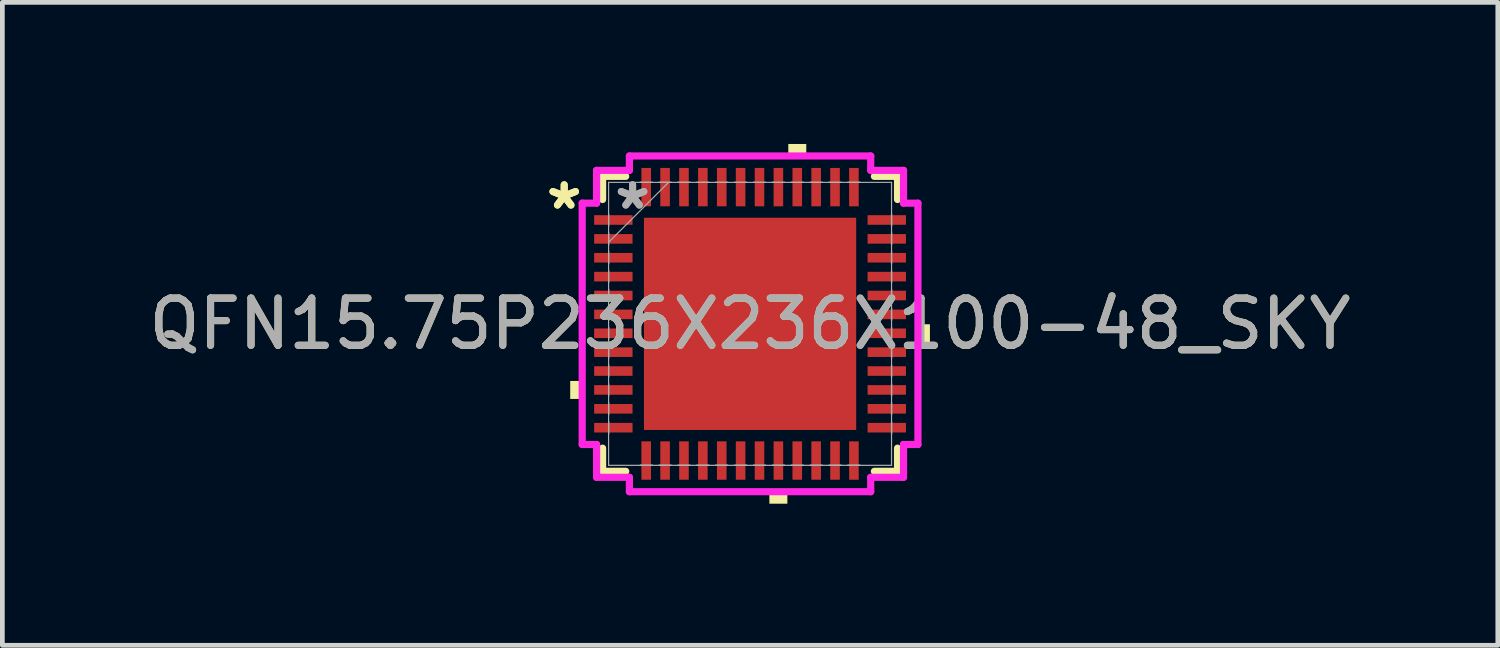
<source format=kicad_pcb>
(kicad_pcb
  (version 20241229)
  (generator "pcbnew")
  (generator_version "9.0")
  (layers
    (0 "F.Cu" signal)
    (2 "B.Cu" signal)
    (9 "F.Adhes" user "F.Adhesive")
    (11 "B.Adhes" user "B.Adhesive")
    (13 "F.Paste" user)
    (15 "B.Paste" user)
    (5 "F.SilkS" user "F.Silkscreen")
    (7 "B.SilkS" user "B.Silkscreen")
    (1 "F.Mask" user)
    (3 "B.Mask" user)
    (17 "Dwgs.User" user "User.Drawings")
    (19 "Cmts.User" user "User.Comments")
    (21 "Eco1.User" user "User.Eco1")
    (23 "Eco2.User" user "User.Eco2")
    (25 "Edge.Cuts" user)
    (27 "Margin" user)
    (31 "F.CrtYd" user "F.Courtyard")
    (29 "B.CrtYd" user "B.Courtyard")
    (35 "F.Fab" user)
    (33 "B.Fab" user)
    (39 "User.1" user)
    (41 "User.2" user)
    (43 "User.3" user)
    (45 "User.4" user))
  (footprint "QFN15.75P236X236X100-48_SKY"
    (layer "F.Cu")
    (at 12.839 3.81)
    (property "Reference" "QFN15.75P236X236X100-48_SKY" (at 0 0 0) (unlocked yes) (layer "F.SilkS") (effects (font (size 1 1) (thickness 0.15))))
    (attr smd)
    (fp_line (start -3.124 -3.124) (end -3.124 -2.634) (stroke (width 0.152) (type solid)) (layer "F.SilkS"))
    (fp_line (start -3.124 2.634) (end -3.124 3.124) (stroke (width 0.152) (type solid)) (layer "F.SilkS"))
    (fp_line (start -3.124 3.124) (end -2.634 3.124) (stroke (width 0.152) (type solid)) (layer "F.SilkS"))
    (fp_line (start -2.634 -3.124) (end -3.124 -3.124) (stroke (width 0.152) (type solid)) (layer "F.SilkS"))
    (fp_line (start 2.634 3.124) (end 3.124 3.124) (stroke (width 0.152) (type solid)) (layer "F.SilkS"))
    (fp_line (start 3.124 -3.124) (end 2.634 -3.124) (stroke (width 0.152) (type solid)) (layer "F.SilkS"))
    (fp_line (start 3.124 -2.634) (end 3.124 -3.124) (stroke (width 0.152) (type solid)) (layer "F.SilkS"))
    (fp_line (start 3.124 3.124) (end 3.124 2.634) (stroke (width 0.152) (type solid)) (layer "F.SilkS"))
    (fp_poly (pts (xy -3.81 1.21) (xy -3.81 1.591) (xy -3.556 1.591) (xy -3.556 1.21)) (stroke (width 0) (type solid)) (fill yes) (layer "F.SilkS"))
    (fp_poly (pts (xy 0.409 3.556) (xy 0.409 3.81) (xy 0.79 3.81) (xy 0.79 3.556)) (stroke (width 0) (type solid)) (fill yes) (layer "F.SilkS"))
    (fp_poly (pts (xy 0.81 -3.556) (xy 0.81 -3.81) (xy 1.191 -3.81) (xy 1.191 -3.556)) (stroke (width 0) (type solid)) (fill yes) (layer "F.SilkS"))
    (fp_poly (pts (xy 3.81 0.009) (xy 3.81 0.391) (xy 3.556 0.391) (xy 3.556 0.009)) (stroke (width 0) (type solid)) (fill yes) (layer "F.SilkS"))
    (fp_poly (pts (xy -2.148 -2.148) (xy -2.148 -0.849) (xy -0.849 -0.849) (xy -0.849 -2.148)) (stroke (width 0) (type solid)) (fill yes) (layer "F.Paste"))
    (fp_poly (pts (xy -2.148 -0.649) (xy -2.148 0.649) (xy -0.849 0.649) (xy -0.849 -0.649)) (stroke (width 0) (type solid)) (fill yes) (layer "F.Paste"))
    (fp_poly (pts (xy -2.148 0.849) (xy -2.148 2.148) (xy -0.849 2.148) (xy -0.849 0.849)) (stroke (width 0) (type solid)) (fill yes) (layer "F.Paste"))
    (fp_poly (pts (xy -0.649 -2.148) (xy -0.649 -0.849) (xy 0.649 -0.849) (xy 0.649 -2.148)) (stroke (width 0) (type solid)) (fill yes) (layer "F.Paste"))
    (fp_poly (pts (xy -0.649 -0.649) (xy -0.649 0.649) (xy 0.649 0.649) (xy 0.649 -0.649)) (stroke (width 0) (type solid)) (fill yes) (layer "F.Paste"))
    (fp_poly (pts (xy -0.649 0.849) (xy -0.649 2.148) (xy 0.649 2.148) (xy 0.649 0.849)) (stroke (width 0) (type solid)) (fill yes) (layer "F.Paste"))
    (fp_poly (pts (xy 0.849 -2.148) (xy 0.849 -0.849) (xy 2.148 -0.849) (xy 2.148 -2.148)) (stroke (width 0) (type solid)) (fill yes) (layer "F.Paste"))
    (fp_poly (pts (xy 0.849 -0.649) (xy 0.849 0.649) (xy 2.148 0.649) (xy 2.148 -0.649)) (stroke (width 0) (type solid)) (fill yes) (layer "F.Paste"))
    (fp_poly (pts (xy 0.849 0.849) (xy 0.849 2.148) (xy 2.148 2.148) (xy 2.148 0.849)) (stroke (width 0) (type solid)) (fill yes) (layer "F.Paste"))
    (fp_line (start -3.556 -2.556) (end -3.251 -2.556) (stroke (width 0.152) (type solid)) (layer "F.CrtYd"))
    (fp_line (start -3.556 2.556) (end -3.556 -2.556) (stroke (width 0.152) (type solid)) (layer "F.CrtYd"))
    (fp_line (start -3.251 -3.251) (end -2.556 -3.251) (stroke (width 0.152) (type solid)) (layer "F.CrtYd"))
    (fp_line (start -3.251 -2.556) (end -3.251 -3.251) (stroke (width 0.152) (type solid)) (layer "F.CrtYd"))
    (fp_line (start -3.251 2.556) (end -3.556 2.556) (stroke (width 0.152) (type solid)) (layer "F.CrtYd"))
    (fp_line (start -3.251 3.251) (end -3.251 2.556) (stroke (width 0.152) (type solid)) (layer "F.CrtYd"))
    (fp_line (start -2.556 -3.556) (end 2.556 -3.556) (stroke (width 0.152) (type solid)) (layer "F.CrtYd"))
    (fp_line (start -2.556 -3.251) (end -2.556 -3.556) (stroke (width 0.152) (type solid)) (layer "F.CrtYd"))
    (fp_line (start -2.556 3.251) (end -3.251 3.251) (stroke (width 0.152) (type solid)) (layer "F.CrtYd"))
    (fp_line (start -2.556 3.556) (end -2.556 3.251) (stroke (width 0.152) (type solid)) (layer "F.CrtYd"))
    (fp_line (start 2.556 -3.556) (end 2.556 -3.251) (stroke (width 0.152) (type solid)) (layer "F.CrtYd"))
    (fp_line (start 2.556 -3.251) (end 3.251 -3.251) (stroke (width 0.152) (type solid)) (layer "F.CrtYd"))
    (fp_line (start 2.556 3.251) (end 2.556 3.556) (stroke (width 0.152) (type solid)) (layer "F.CrtYd"))
    (fp_line (start 2.556 3.556) (end -2.556 3.556) (stroke (width 0.152) (type solid)) (layer "F.CrtYd"))
    (fp_line (start 3.251 -3.251) (end 3.251 -2.556) (stroke (width 0.152) (type solid)) (layer "F.CrtYd"))
    (fp_line (start 3.251 -2.556) (end 3.556 -2.556) (stroke (width 0.152) (type solid)) (layer "F.CrtYd"))
    (fp_line (start 3.251 2.556) (end 3.251 3.251) (stroke (width 0.152) (type solid)) (layer "F.CrtYd"))
    (fp_line (start 3.251 3.251) (end 2.556 3.251) (stroke (width 0.152) (type solid)) (layer "F.CrtYd"))
    (fp_line (start 3.556 -2.556) (end 3.556 2.556) (stroke (width 0.152) (type solid)) (layer "F.CrtYd"))
    (fp_line (start 3.556 2.556) (end 3.251 2.556) (stroke (width 0.152) (type solid)) (layer "F.CrtYd"))
    (fp_line (start -2.997 -2.997) (end -2.997 -2.997) (stroke (width 0.025) (type solid)) (layer "F.Fab"))
    (fp_line (start -2.997 -2.997) (end -2.997 2.997) (stroke (width 0.025) (type solid)) (layer "F.Fab"))
    (fp_line (start -2.997 -2.327) (end -2.997 -2.327) (stroke (width 0.025) (type solid)) (layer "F.Fab"))
    (fp_line (start -2.997 -2.327) (end -2.997 -2.073) (stroke (width 0.025) (type solid)) (layer "F.Fab"))
    (fp_line (start -2.997 -2.073) (end -2.997 -2.327) (stroke (width 0.025) (type solid)) (layer "F.Fab"))
    (fp_line (start -2.997 -2.073) (end -2.997 -2.073) (stroke (width 0.025) (type solid)) (layer "F.Fab"))
    (fp_line (start -2.997 -1.927) (end -2.997 -1.927) (stroke (width 0.025) (type solid)) (layer "F.Fab"))
    (fp_line (start -2.997 -1.927) (end -2.997 -1.673) (stroke (width 0.025) (type solid)) (layer "F.Fab"))
    (fp_line (start -2.997 -1.727) (end -1.727 -2.997) (stroke (width 0.025) (type solid)) (layer "F.Fab"))
    (fp_line (start -2.997 -1.673) (end -2.997 -1.927) (stroke (width 0.025) (type solid)) (layer "F.Fab"))
    (fp_line (start -2.997 -1.673) (end -2.997 -1.673) (stroke (width 0.025) (type solid)) (layer "F.Fab"))
    (fp_line (start -2.997 -1.527) (end -2.997 -1.527) (stroke (width 0.025) (type solid)) (layer "F.Fab"))
    (fp_line (start -2.997 -1.527) (end -2.997 -1.273) (stroke (width 0.025) (type solid)) (layer "F.Fab"))
    (fp_line (start -2.997 -1.273) (end -2.997 -1.527) (stroke (width 0.025) (type solid)) (layer "F.Fab"))
    (fp_line (start -2.997 -1.273) (end -2.997 -1.273) (stroke (width 0.025) (type solid)) (layer "F.Fab"))
    (fp_line (start -2.997 -1.127) (end -2.997 -1.127) (stroke (width 0.025) (type solid)) (layer "F.Fab"))
    (fp_line (start -2.997 -1.127) (end -2.997 -0.873) (stroke (width 0.025) (type solid)) (layer "F.Fab"))
    (fp_line (start -2.997 -0.873) (end -2.997 -1.127) (stroke (width 0.025) (type solid)) (layer "F.Fab"))
    (fp_line (start -2.997 -0.873) (end -2.997 -0.873) (stroke (width 0.025) (type solid)) (layer "F.Fab"))
    (fp_line (start -2.997 -0.727) (end -2.997 -0.727) (stroke (width 0.025) (type solid)) (layer "F.Fab"))
    (fp_line (start -2.997 -0.727) (end -2.997 -0.473) (stroke (width 0.025) (type solid)) (layer "F.Fab"))
    (fp_line (start -2.997 -0.473) (end -2.997 -0.727) (stroke (width 0.025) (type solid)) (layer "F.Fab"))
    (fp_line (start -2.997 -0.473) (end -2.997 -0.473) (stroke (width 0.025) (type solid)) (layer "F.Fab"))
    (fp_line (start -2.997 -0.327) (end -2.997 -0.327) (stroke (width 0.025) (type solid)) (layer "F.Fab"))
    (fp_line (start -2.997 -0.327) (end -2.997 -0.073) (stroke (width 0.025) (type solid)) (layer "F.Fab"))
    (fp_line (start -2.997 -0.073) (end -2.997 -0.327) (stroke (width 0.025) (type solid)) (layer "F.Fab"))
    (fp_line (start -2.997 -0.073) (end -2.997 -0.073) (stroke (width 0.025) (type solid)) (layer "F.Fab"))
    (fp_line (start -2.997 0.073) (end -2.997 0.073) (stroke (width 0.025) (type solid)) (layer "F.Fab"))
    (fp_line (start -2.997 0.073) (end -2.997 0.327) (stroke (width 0.025) (type solid)) (layer "F.Fab"))
    (fp_line (start -2.997 0.327) (end -2.997 0.073) (stroke (width 0.025) (type solid)) (layer "F.Fab"))
    (fp_line (start -2.997 0.327) (end -2.997 0.327) (stroke (width 0.025) (type solid)) (layer "F.Fab"))
    (fp_line (start -2.997 0.473) (end -2.997 0.473) (stroke (width 0.025) (type solid)) (layer "F.Fab"))
    (fp_line (start -2.997 0.473) (end -2.997 0.727) (stroke (width 0.025) (type solid)) (layer "F.Fab"))
    (fp_line (start -2.997 0.727) (end -2.997 0.473) (stroke (width 0.025) (type solid)) (layer "F.Fab"))
    (fp_line (start -2.997 0.727) (end -2.997 0.727) (stroke (width 0.025) (type solid)) (layer "F.Fab"))
    (fp_line (start -2.997 0.873) (end -2.997 0.873) (stroke (width 0.025) (type solid)) (layer "F.Fab"))
    (fp_line (start -2.997 0.873) (end -2.997 1.127) (stroke (width 0.025) (type solid)) (layer "F.Fab"))
    (fp_line (start -2.997 1.127) (end -2.997 0.873) (stroke (width 0.025) (type solid)) (layer "F.Fab"))
    (fp_line (start -2.997 1.127) (end -2.997 1.127) (stroke (width 0.025) (type solid)) (layer "F.Fab"))
    (fp_line (start -2.997 1.273) (end -2.997 1.273) (stroke (width 0.025) (type solid)) (layer "F.Fab"))
    (fp_line (start -2.997 1.273) (end -2.997 1.527) (stroke (width 0.025) (type solid)) (layer "F.Fab"))
    (fp_line (start -2.997 1.527) (end -2.997 1.273) (stroke (width 0.025) (type solid)) (layer "F.Fab"))
    (fp_line (start -2.997 1.527) (end -2.997 1.527) (stroke (width 0.025) (type solid)) (layer "F.Fab"))
    (fp_line (start -2.997 1.673) (end -2.997 1.673) (stroke (width 0.025) (type solid)) (layer "F.Fab"))
    (fp_line (start -2.997 1.673) (end -2.997 1.927) (stroke (width 0.025) (type solid)) (layer "F.Fab"))
    (fp_line (start -2.997 1.927) (end -2.997 1.673) (stroke (width 0.025) (type solid)) (layer "F.Fab"))
    (fp_line (start -2.997 1.927) (end -2.997 1.927) (stroke (width 0.025) (type solid)) (layer "F.Fab"))
    (fp_line (start -2.997 2.073) (end -2.997 2.073) (stroke (width 0.025) (type solid)) (layer "F.Fab"))
    (fp_line (start -2.997 2.073) (end -2.997 2.327) (stroke (width 0.025) (type solid)) (layer "F.Fab"))
    (fp_line (start -2.997 2.327) (end -2.997 2.073) (stroke (width 0.025) (type solid)) (layer "F.Fab"))
    (fp_line (start -2.997 2.327) (end -2.997 2.327) (stroke (width 0.025) (type solid)) (layer "F.Fab"))
    (fp_line (start -2.997 2.997) (end -2.997 2.997) (stroke (width 0.025) (type solid)) (layer "F.Fab"))
    (fp_line (start -2.997 2.997) (end 2.997 2.997) (stroke (width 0.025) (type solid)) (layer "F.Fab"))
    (fp_line (start -2.327 -2.997) (end -2.327 -2.997) (stroke (width 0.025) (type solid)) (layer "F.Fab"))
    (fp_line (start -2.327 -2.997) (end -2.073 -2.997) (stroke (width 0.025) (type solid)) (layer "F.Fab"))
    (fp_line (start -2.327 2.997) (end -2.327 2.997) (stroke (width 0.025) (type solid)) (layer "F.Fab"))
    (fp_line (start -2.327 2.997) (end -2.073 2.997) (stroke (width 0.025) (type solid)) (layer "F.Fab"))
    (fp_line (start -2.073 -2.997) (end -2.327 -2.997) (stroke (width 0.025) (type solid)) (layer "F.Fab"))
    (fp_line (start -2.073 -2.997) (end -2.073 -2.997) (stroke (width 0.025) (type solid)) (layer "F.Fab"))
    (fp_line (start -2.073 2.997) (end -2.327 2.997) (stroke (width 0.025) (type solid)) (layer "F.Fab"))
    (fp_line (start -2.073 2.997) (end -2.073 2.997) (stroke (width 0.025) (type solid)) (layer "F.Fab"))
    (fp_line (start -1.927 -2.997) (end -1.927 -2.997) (stroke (width 0.025) (type solid)) (layer "F.Fab"))
    (fp_line (start -1.927 -2.997) (end -1.673 -2.997) (stroke (width 0.025) (type solid)) (layer "F.Fab"))
    (fp_line (start -1.927 2.997) (end -1.927 2.997) (stroke (width 0.025) (type solid)) (layer "F.Fab"))
    (fp_line (start -1.927 2.997) (end -1.673 2.997) (stroke (width 0.025) (type solid)) (layer "F.Fab"))
    (fp_line (start -1.673 -2.997) (end -1.927 -2.997) (stroke (width 0.025) (type solid)) (layer "F.Fab"))
    (fp_line (start -1.673 -2.997) (end -1.673 -2.997) (stroke (width 0.025) (type solid)) (layer "F.Fab"))
    (fp_line (start -1.673 2.997) (end -1.927 2.997) (stroke (width 0.025) (type solid)) (layer "F.Fab"))
    (fp_line (start -1.673 2.997) (end -1.673 2.997) (stroke (width 0.025) (type solid)) (layer "F.Fab"))
    (fp_line (start -1.527 -2.997) (end -1.527 -2.997) (stroke (width 0.025) (type solid)) (layer "F.Fab"))
    (fp_line (start -1.527 -2.997) (end -1.273 -2.997) (stroke (width 0.025) (type solid)) (layer "F.Fab"))
    (fp_line (start -1.527 2.997) (end -1.527 2.997) (stroke (width 0.025) (type solid)) (layer "F.Fab"))
    (fp_line (start -1.527 2.997) (end -1.273 2.997) (stroke (width 0.025) (type solid)) (layer "F.Fab"))
    (fp_line (start -1.273 -2.997) (end -1.527 -2.997) (stroke (width 0.025) (type solid)) (layer "F.Fab"))
    (fp_line (start -1.273 -2.997) (end -1.273 -2.997) (stroke (width 0.025) (type solid)) (layer "F.Fab"))
    (fp_line (start -1.273 2.997) (end -1.527 2.997) (stroke (width 0.025) (type solid)) (layer "F.Fab"))
    (fp_line (start -1.273 2.997) (end -1.273 2.997) (stroke (width 0.025) (type solid)) (layer "F.Fab"))
    (fp_line (start -1.127 -2.997) (end -1.127 -2.997) (stroke (width 0.025) (type solid)) (layer "F.Fab"))
    (fp_line (start -1.127 -2.997) (end -0.873 -2.997) (stroke (width 0.025) (type solid)) (layer "F.Fab"))
    (fp_line (start -1.127 2.997) (end -1.127 2.997) (stroke (width 0.025) (type solid)) (layer "F.Fab"))
    (fp_line (start -1.127 2.997) (end -0.873 2.997) (stroke (width 0.025) (type solid)) (layer "F.Fab"))
    (fp_line (start -0.873 -2.997) (end -1.127 -2.997) (stroke (width 0.025) (type solid)) (layer "F.Fab"))
    (fp_line (start -0.873 -2.997) (end -0.873 -2.997) (stroke (width 0.025) (type solid)) (layer "F.Fab"))
    (fp_line (start -0.873 2.997) (end -1.127 2.997) (stroke (width 0.025) (type solid)) (layer "F.Fab"))
    (fp_line (start -0.873 2.997) (end -0.873 2.997) (stroke (width 0.025) (type solid)) (layer "F.Fab"))
    (fp_line (start -0.727 -2.997) (end -0.727 -2.997) (stroke (width 0.025) (type solid)) (layer "F.Fab"))
    (fp_line (start -0.727 -2.997) (end -0.473 -2.997) (stroke (width 0.025) (type solid)) (layer "F.Fab"))
    (fp_line (start -0.727 2.997) (end -0.727 2.997) (stroke (width 0.025) (type solid)) (layer "F.Fab"))
    (fp_line (start -0.727 2.997) (end -0.473 2.997) (stroke (width 0.025) (type solid)) (layer "F.Fab"))
    (fp_line (start -0.473 -2.997) (end -0.727 -2.997) (stroke (width 0.025) (type solid)) (layer "F.Fab"))
    (fp_line (start -0.473 -2.997) (end -0.473 -2.997) (stroke (width 0.025) (type solid)) (layer "F.Fab"))
    (fp_line (start -0.473 2.997) (end -0.727 2.997) (stroke (width 0.025) (type solid)) (layer "F.Fab"))
    (fp_line (start -0.473 2.997) (end -0.473 2.997) (stroke (width 0.025) (type solid)) (layer "F.Fab"))
    (fp_line (start -0.327 -2.997) (end -0.327 -2.997) (stroke (width 0.025) (type solid)) (layer "F.Fab"))
    (fp_line (start -0.327 -2.997) (end -0.073 -2.997) (stroke (width 0.025) (type solid)) (layer "F.Fab"))
    (fp_line (start -0.327 2.997) (end -0.327 2.997) (stroke (width 0.025) (type solid)) (layer "F.Fab"))
    (fp_line (start -0.327 2.997) (end -0.073 2.997) (stroke (width 0.025) (type solid)) (layer "F.Fab"))
    (fp_line (start -0.073 -2.997) (end -0.327 -2.997) (stroke (width 0.025) (type solid)) (layer "F.Fab"))
    (fp_line (start -0.073 -2.997) (end -0.073 -2.997) (stroke (width 0.025) (type solid)) (layer "F.Fab"))
    (fp_line (start -0.073 2.997) (end -0.327 2.997) (stroke (width 0.025) (type solid)) (layer "F.Fab"))
    (fp_line (start -0.073 2.997) (end -0.073 2.997) (stroke (width 0.025) (type solid)) (layer "F.Fab"))
    (fp_line (start 0.073 -2.997) (end 0.073 -2.997) (stroke (width 0.025) (type solid)) (layer "F.Fab"))
    (fp_line (start 0.073 -2.997) (end 0.327 -2.997) (stroke (width 0.025) (type solid)) (layer "F.Fab"))
    (fp_line (start 0.073 2.997) (end 0.073 2.997) (stroke (width 0.025) (type solid)) (layer "F.Fab"))
    (fp_line (start 0.073 2.997) (end 0.327 2.997) (stroke (width 0.025) (type solid)) (layer "F.Fab"))
    (fp_line (start 0.327 -2.997) (end 0.073 -2.997) (stroke (width 0.025) (type solid)) (layer "F.Fab"))
    (fp_line (start 0.327 -2.997) (end 0.327 -2.997) (stroke (width 0.025) (type solid)) (layer "F.Fab"))
    (fp_line (start 0.327 2.997) (end 0.073 2.997) (stroke (width 0.025) (type solid)) (layer "F.Fab"))
    (fp_line (start 0.327 2.997) (end 0.327 2.997) (stroke (width 0.025) (type solid)) (layer "F.Fab"))
    (fp_line (start 0.473 -2.997) (end 0.473 -2.997) (stroke (width 0.025) (type solid)) (layer "F.Fab"))
    (fp_line (start 0.473 -2.997) (end 0.727 -2.997) (stroke (width 0.025) (type solid)) (layer "F.Fab"))
    (fp_line (start 0.473 2.997) (end 0.473 2.997) (stroke (width 0.025) (type solid)) (layer "F.Fab"))
    (fp_line (start 0.473 2.997) (end 0.727 2.997) (stroke (width 0.025) (type solid)) (layer "F.Fab"))
    (fp_line (start 0.727 -2.997) (end 0.473 -2.997) (stroke (width 0.025) (type solid)) (layer "F.Fab"))
    (fp_line (start 0.727 -2.997) (end 0.727 -2.997) (stroke (width 0.025) (type solid)) (layer "F.Fab"))
    (fp_line (start 0.727 2.997) (end 0.473 2.997) (stroke (width 0.025) (type solid)) (layer "F.Fab"))
    (fp_line (start 0.727 2.997) (end 0.727 2.997) (stroke (width 0.025) (type solid)) (layer "F.Fab"))
    (fp_line (start 0.873 -2.997) (end 0.873 -2.997) (stroke (width 0.025) (type solid)) (layer "F.Fab"))
    (fp_line (start 0.873 -2.997) (end 1.127 -2.997) (stroke (width 0.025) (type solid)) (layer "F.Fab"))
    (fp_line (start 0.873 2.997) (end 0.873 2.997) (stroke (width 0.025) (type solid)) (layer "F.Fab"))
    (fp_line (start 0.873 2.997) (end 1.127 2.997) (stroke (width 0.025) (type solid)) (layer "F.Fab"))
    (fp_line (start 1.127 -2.997) (end 0.873 -2.997) (stroke (width 0.025) (type solid)) (layer "F.Fab"))
    (fp_line (start 1.127 -2.997) (end 1.127 -2.997) (stroke (width 0.025) (type solid)) (layer "F.Fab"))
    (fp_line (start 1.127 2.997) (end 0.873 2.997) (stroke (width 0.025) (type solid)) (layer "F.Fab"))
    (fp_line (start 1.127 2.997) (end 1.127 2.997) (stroke (width 0.025) (type solid)) (layer "F.Fab"))
    (fp_line (start 1.273 -2.997) (end 1.273 -2.997) (stroke (width 0.025) (type solid)) (layer "F.Fab"))
    (fp_line (start 1.273 -2.997) (end 1.527 -2.997) (stroke (width 0.025) (type solid)) (layer "F.Fab"))
    (fp_line (start 1.273 2.997) (end 1.273 2.997) (stroke (width 0.025) (type solid)) (layer "F.Fab"))
    (fp_line (start 1.273 2.997) (end 1.527 2.997) (stroke (width 0.025) (type solid)) (layer "F.Fab"))
    (fp_line (start 1.527 -2.997) (end 1.273 -2.997) (stroke (width 0.025) (type solid)) (layer "F.Fab"))
    (fp_line (start 1.527 -2.997) (end 1.527 -2.997) (stroke (width 0.025) (type solid)) (layer "F.Fab"))
    (fp_line (start 1.527 2.997) (end 1.273 2.997) (stroke (width 0.025) (type solid)) (layer "F.Fab"))
    (fp_line (start 1.527 2.997) (end 1.527 2.997) (stroke (width 0.025) (type solid)) (layer "F.Fab"))
    (fp_line (start 1.673 -2.997) (end 1.673 -2.997) (stroke (width 0.025) (type solid)) (layer "F.Fab"))
    (fp_line (start 1.673 -2.997) (end 1.927 -2.997) (stroke (width 0.025) (type solid)) (layer "F.Fab"))
    (fp_line (start 1.673 2.997) (end 1.673 2.997) (stroke (width 0.025) (type solid)) (layer "F.Fab"))
    (fp_line (start 1.673 2.997) (end 1.927 2.997) (stroke (width 0.025) (type solid)) (layer "F.Fab"))
    (fp_line (start 1.927 -2.997) (end 1.673 -2.997) (stroke (width 0.025) (type solid)) (layer "F.Fab"))
    (fp_line (start 1.927 -2.997) (end 1.927 -2.997) (stroke (width 0.025) (type solid)) (layer "F.Fab"))
    (fp_line (start 1.927 2.997) (end 1.673 2.997) (stroke (width 0.025) (type solid)) (layer "F.Fab"))
    (fp_line (start 1.927 2.997) (end 1.927 2.997) (stroke (width 0.025) (type solid)) (layer "F.Fab"))
    (fp_line (start 2.073 -2.997) (end 2.073 -2.997) (stroke (width 0.025) (type solid)) (layer "F.Fab"))
    (fp_line (start 2.073 -2.997) (end 2.327 -2.997) (stroke (width 0.025) (type solid)) (layer "F.Fab"))
    (fp_line (start 2.073 2.997) (end 2.073 2.997) (stroke (width 0.025) (type solid)) (layer "F.Fab"))
    (fp_line (start 2.073 2.997) (end 2.327 2.997) (stroke (width 0.025) (type solid)) (layer "F.Fab"))
    (fp_line (start 2.327 -2.997) (end 2.073 -2.997) (stroke (width 0.025) (type solid)) (layer "F.Fab"))
    (fp_line (start 2.327 -2.997) (end 2.327 -2.997) (stroke (width 0.025) (type solid)) (layer "F.Fab"))
    (fp_line (start 2.327 2.997) (end 2.073 2.997) (stroke (width 0.025) (type solid)) (layer "F.Fab"))
    (fp_line (start 2.327 2.997) (end 2.327 2.997) (stroke (width 0.025) (type solid)) (layer "F.Fab"))
    (fp_line (start 2.997 -2.997) (end -2.997 -2.997) (stroke (width 0.025) (type solid)) (layer "F.Fab"))
    (fp_line (start 2.997 -2.997) (end 2.997 -2.997) (stroke (width 0.025) (type solid)) (layer "F.Fab"))
    (fp_line (start 2.997 -2.327) (end 2.997 -2.327) (stroke (width 0.025) (type solid)) (layer "F.Fab"))
    (fp_line (start 2.997 -2.327) (end 2.997 -2.073) (stroke (width 0.025) (type solid)) (layer "F.Fab"))
    (fp_line (start 2.997 -2.073) (end 2.997 -2.327) (stroke (width 0.025) (type solid)) (layer "F.Fab"))
    (fp_line (start 2.997 -2.073) (end 2.997 -2.073) (stroke (width 0.025) (type solid)) (layer "F.Fab"))
    (fp_line (start 2.997 -1.927) (end 2.997 -1.927) (stroke (width 0.025) (type solid)) (layer "F.Fab"))
    (fp_line (start 2.997 -1.927) (end 2.997 -1.673) (stroke (width 0.025) (type solid)) (layer "F.Fab"))
    (fp_line (start 2.997 -1.673) (end 2.997 -1.927) (stroke (width 0.025) (type solid)) (layer "F.Fab"))
    (fp_line (start 2.997 -1.673) (end 2.997 -1.673) (stroke (width 0.025) (type solid)) (layer "F.Fab"))
    (fp_line (start 2.997 -1.527) (end 2.997 -1.527) (stroke (width 0.025) (type solid)) (layer "F.Fab"))
    (fp_line (start 2.997 -1.527) (end 2.997 -1.273) (stroke (width 0.025) (type solid)) (layer "F.Fab"))
    (fp_line (start 2.997 -1.273) (end 2.997 -1.527) (stroke (width 0.025) (type solid)) (layer "F.Fab"))
    (fp_line (start 2.997 -1.273) (end 2.997 -1.273) (stroke (width 0.025) (type solid)) (layer "F.Fab"))
    (fp_line (start 2.997 -1.127) (end 2.997 -1.127) (stroke (width 0.025) (type solid)) (layer "F.Fab"))
    (fp_line (start 2.997 -1.127) (end 2.997 -0.873) (stroke (width 0.025) (type solid)) (layer "F.Fab"))
    (fp_line (start 2.997 -0.873) (end 2.997 -1.127) (stroke (width 0.025) (type solid)) (layer "F.Fab"))
    (fp_line (start 2.997 -0.873) (end 2.997 -0.873) (stroke (width 0.025) (type solid)) (layer "F.Fab"))
    (fp_line (start 2.997 -0.727) (end 2.997 -0.727) (stroke (width 0.025) (type solid)) (layer "F.Fab"))
    (fp_line (start 2.997 -0.727) (end 2.997 -0.473) (stroke (width 0.025) (type solid)) (layer "F.Fab"))
    (fp_line (start 2.997 -0.473) (end 2.997 -0.727) (stroke (width 0.025) (type solid)) (layer "F.Fab"))
    (fp_line (start 2.997 -0.473) (end 2.997 -0.473) (stroke (width 0.025) (type solid)) (layer "F.Fab"))
    (fp_line (start 2.997 -0.327) (end 2.997 -0.327) (stroke (width 0.025) (type solid)) (layer "F.Fab"))
    (fp_line (start 2.997 -0.327) (end 2.997 -0.073) (stroke (width 0.025) (type solid)) (layer "F.Fab"))
    (fp_line (start 2.997 -0.073) (end 2.997 -0.327) (stroke (width 0.025) (type solid)) (layer "F.Fab"))
    (fp_line (start 2.997 -0.073) (end 2.997 -0.073) (stroke (width 0.025) (type solid)) (layer "F.Fab"))
    (fp_line (start 2.997 0.073) (end 2.997 0.073) (stroke (width 0.025) (type solid)) (layer "F.Fab"))
    (fp_line (start 2.997 0.073) (end 2.997 0.327) (stroke (width 0.025) (type solid)) (layer "F.Fab"))
    (fp_line (start 2.997 0.327) (end 2.997 0.073) (stroke (width 0.025) (type solid)) (layer "F.Fab"))
    (fp_line (start 2.997 0.327) (end 2.997 0.327) (stroke (width 0.025) (type solid)) (layer "F.Fab"))
    (fp_line (start 2.997 0.473) (end 2.997 0.473) (stroke (width 0.025) (type solid)) (layer "F.Fab"))
    (fp_line (start 2.997 0.473) (end 2.997 0.727) (stroke (width 0.025) (type solid)) (layer "F.Fab"))
    (fp_line (start 2.997 0.727) (end 2.997 0.473) (stroke (width 0.025) (type solid)) (layer "F.Fab"))
    (fp_line (start 2.997 0.727) (end 2.997 0.727) (stroke (width 0.025) (type solid)) (layer "F.Fab"))
    (fp_line (start 2.997 0.873) (end 2.997 0.873) (stroke (width 0.025) (type solid)) (layer "F.Fab"))
    (fp_line (start 2.997 0.873) (end 2.997 1.127) (stroke (width 0.025) (type solid)) (layer "F.Fab"))
    (fp_line (start 2.997 1.127) (end 2.997 0.873) (stroke (width 0.025) (type solid)) (layer "F.Fab"))
    (fp_line (start 2.997 1.127) (end 2.997 1.127) (stroke (width 0.025) (type solid)) (layer "F.Fab"))
    (fp_line (start 2.997 1.273) (end 2.997 1.273) (stroke (width 0.025) (type solid)) (layer "F.Fab"))
    (fp_line (start 2.997 1.273) (end 2.997 1.527) (stroke (width 0.025) (type solid)) (layer "F.Fab"))
    (fp_line (start 2.997 1.527) (end 2.997 1.273) (stroke (width 0.025) (type solid)) (layer "F.Fab"))
    (fp_line (start 2.997 1.527) (end 2.997 1.527) (stroke (width 0.025) (type solid)) (layer "F.Fab"))
    (fp_line (start 2.997 1.673) (end 2.997 1.673) (stroke (width 0.025) (type solid)) (layer "F.Fab"))
    (fp_line (start 2.997 1.673) (end 2.997 1.927) (stroke (width 0.025) (type solid)) (layer "F.Fab"))
    (fp_line (start 2.997 1.927) (end 2.997 1.673) (stroke (width 0.025) (type solid)) (layer "F.Fab"))
    (fp_line (start 2.997 1.927) (end 2.997 1.927) (stroke (width 0.025) (type solid)) (layer "F.Fab"))
    (fp_line (start 2.997 2.073) (end 2.997 2.073) (stroke (width 0.025) (type solid)) (layer "F.Fab"))
    (fp_line (start 2.997 2.073) (end 2.997 2.327) (stroke (width 0.025) (type solid)) (layer "F.Fab"))
    (fp_line (start 2.997 2.327) (end 2.997 2.073) (stroke (width 0.025) (type solid)) (layer "F.Fab"))
    (fp_line (start 2.997 2.327) (end 2.997 2.327) (stroke (width 0.025) (type solid)) (layer "F.Fab"))
    (fp_line (start 2.997 2.997) (end 2.997 -2.997) (stroke (width 0.025) (type solid)) (layer "F.Fab"))
    (fp_line (start 2.997 2.997) (end 2.997 2.997) (stroke (width 0.025) (type solid)) (layer "F.Fab"))
    (fp_text user "*" (at -3.937 -2.4 0) (layer "F.SilkS") (effects (font (size 1 1) (thickness 0.15))))
    (fp_text user "*" (at -3.937 -2.4 0) (unlocked yes) (layer "F.SilkS") (effects (font (size 1 1) (thickness 0.15))))
    (fp_text user "*" (at -2.489 -2.4 0) (layer "F.Fab") (effects (font (size 1 1) (thickness 0.15))))
    (fp_text user "${REFERENCE}" (at 0 0 0) (unlocked yes) (layer "F.Fab") (effects (font (size 1 1) (thickness 0.15))))
    (fp_text user "*" (at -2.489 -2.4 0) (unlocked yes) (layer "F.Fab") (effects (font (size 1 1) (thickness 0.15))))
    (pad "1" smd rect (at -2.896 -2.2 90) (size 0.203 0.813) (layers "F.Cu" "F.Mask" "F.Paste"))
    (pad "2" smd rect (at -2.896 -1.8 90) (size 0.203 0.813) (layers "F.Cu" "F.Mask" "F.Paste"))
    (pad "3" smd rect (at -2.896 -1.4 90) (size 0.203 0.813) (layers "F.Cu" "F.Mask" "F.Paste"))
    (pad "4" smd rect (at -2.896 -1 90) (size 0.203 0.813) (layers "F.Cu" "F.Mask" "F.Paste"))
    (pad "5" smd rect (at -2.896 -0.6 90) (size 0.203 0.813) (layers "F.Cu" "F.Mask" "F.Paste"))
    (pad "6" smd rect (at -2.896 -0.2 90) (size 0.203 0.813) (layers "F.Cu" "F.Mask" "F.Paste"))
    (pad "7" smd rect (at -2.896 0.2 90) (size 0.203 0.813) (layers "F.Cu" "F.Mask" "F.Paste"))
    (pad "8" smd rect (at -2.896 0.6 90) (size 0.203 0.813) (layers "F.Cu" "F.Mask" "F.Paste"))
    (pad "9" smd rect (at -2.896 1 90) (size 0.203 0.813) (layers "F.Cu" "F.Mask" "F.Paste"))
    (pad "10" smd rect (at -2.896 1.4 90) (size 0.203 0.813) (layers "F.Cu" "F.Mask" "F.Paste"))
    (pad "11" smd rect (at -2.896 1.8 90) (size 0.203 0.813) (layers "F.Cu" "F.Mask" "F.Paste"))
    (pad "12" smd rect (at -2.896 2.2 90) (size 0.203 0.813) (layers "F.Cu" "F.Mask" "F.Paste"))
    (pad "13" smd rect (at -2.2 2.896) (size 0.203 0.813) (layers "F.Cu" "F.Mask" "F.Paste"))
    (pad "14" smd rect (at -1.8 2.896) (size 0.203 0.813) (layers "F.Cu" "F.Mask" "F.Paste"))
    (pad "15" smd rect (at -1.4 2.896) (size 0.203 0.813) (layers "F.Cu" "F.Mask" "F.Paste"))
    (pad "16" smd rect (at -1 2.896) (size 0.203 0.813) (layers "F.Cu" "F.Mask" "F.Paste"))
    (pad "17" smd rect (at -0.6 2.896) (size 0.203 0.813) (layers "F.Cu" "F.Mask" "F.Paste"))
    (pad "18" smd rect (at -0.2 2.896) (size 0.203 0.813) (layers "F.Cu" "F.Mask" "F.Paste"))
    (pad "19" smd rect (at 0.2 2.896) (size 0.203 0.813) (layers "F.Cu" "F.Mask" "F.Paste"))
    (pad "20" smd rect (at 0.6 2.896) (size 0.203 0.813) (layers "F.Cu" "F.Mask" "F.Paste"))
    (pad "21" smd rect (at 1 2.896) (size 0.203 0.813) (layers "F.Cu" "F.Mask" "F.Paste"))
    (pad "22" smd rect (at 1.4 2.896) (size 0.203 0.813) (layers "F.Cu" "F.Mask" "F.Paste"))
    (pad "23" smd rect (at 1.8 2.896) (size 0.203 0.813) (layers "F.Cu" "F.Mask" "F.Paste"))
    (pad "24" smd rect (at 2.2 2.896) (size 0.203 0.813) (layers "F.Cu" "F.Mask" "F.Paste"))
    (pad "25" smd rect (at 2.896 2.2 90) (size 0.203 0.813) (layers "F.Cu" "F.Mask" "F.Paste"))
    (pad "26" smd rect (at 2.896 1.8 90) (size 0.203 0.813) (layers "F.Cu" "F.Mask" "F.Paste"))
    (pad "27" smd rect (at 2.896 1.4 90) (size 0.203 0.813) (layers "F.Cu" "F.Mask" "F.Paste"))
    (pad "28" smd rect (at 2.896 1 90) (size 0.203 0.813) (layers "F.Cu" "F.Mask" "F.Paste"))
    (pad "29" smd rect (at 2.896 0.6 90) (size 0.203 0.813) (layers "F.Cu" "F.Mask" "F.Paste"))
    (pad "30" smd rect (at 2.896 0.2 90) (size 0.203 0.813) (layers "F.Cu" "F.Mask" "F.Paste"))
    (pad "31" smd rect (at 2.896 -0.2 90) (size 0.203 0.813) (layers "F.Cu" "F.Mask" "F.Paste"))
    (pad "32" smd rect (at 2.896 -0.6 90) (size 0.203 0.813) (layers "F.Cu" "F.Mask" "F.Paste"))
    (pad "33" smd rect (at 2.896 -1 90) (size 0.203 0.813) (layers "F.Cu" "F.Mask" "F.Paste"))
    (pad "34" smd rect (at 2.896 -1.4 90) (size 0.203 0.813) (layers "F.Cu" "F.Mask" "F.Paste"))
    (pad "35" smd rect (at 2.896 -1.8 90) (size 0.203 0.813) (layers "F.Cu" "F.Mask" "F.Paste"))
    (pad "36" smd rect (at 2.896 -2.2 90) (size 0.203 0.813) (layers "F.Cu" "F.Mask" "F.Paste"))
    (pad "37" smd rect (at 2.2 -2.896) (size 0.203 0.813) (layers "F.Cu" "F.Mask" "F.Paste"))
    (pad "38" smd rect (at 1.8 -2.896) (size 0.203 0.813) (layers "F.Cu" "F.Mask" "F.Paste"))
    (pad "39" smd rect (at 1.4 -2.896) (size 0.203 0.813) (layers "F.Cu" "F.Mask" "F.Paste"))
    (pad "40" smd rect (at 1 -2.896) (size 0.203 0.813) (layers "F.Cu" "F.Mask" "F.Paste"))
    (pad "41" smd rect (at 0.6 -2.896) (size 0.203 0.813) (layers "F.Cu" "F.Mask" "F.Paste"))
    (pad "42" smd rect (at 0.2 -2.896) (size 0.203 0.813) (layers "F.Cu" "F.Mask" "F.Paste"))
    (pad "43" smd rect (at -0.2 -2.896) (size 0.203 0.813) (layers "F.Cu" "F.Mask" "F.Paste"))
    (pad "44" smd rect (at -0.6 -2.896) (size 0.203 0.813) (layers "F.Cu" "F.Mask" "F.Paste"))
    (pad "45" smd rect (at -1 -2.896) (size 0.203 0.813) (layers "F.Cu" "F.Mask" "F.Paste"))
    (pad "46" smd rect (at -1.4 -2.896) (size 0.203 0.813) (layers "F.Cu" "F.Mask" "F.Paste"))
    (pad "47" smd rect (at -1.8 -2.896) (size 0.203 0.813) (layers "F.Cu" "F.Mask" "F.Paste"))
    (pad "48" smd rect (at -2.2 -2.896) (size 0.203 0.813) (layers "F.Cu" "F.Mask" "F.Paste"))
    (pad "49" smd rect (at 0 0) (size 4.496 4.496) (layers "F.Cu" "F.Mask" "F.Paste")))
  (gr_rect
    (start -3 -3)
    (end 28.679 10.62)
    (stroke (width 0.1) (type default))
    (fill no)
    (layer "Edge.Cuts")))
</source>
